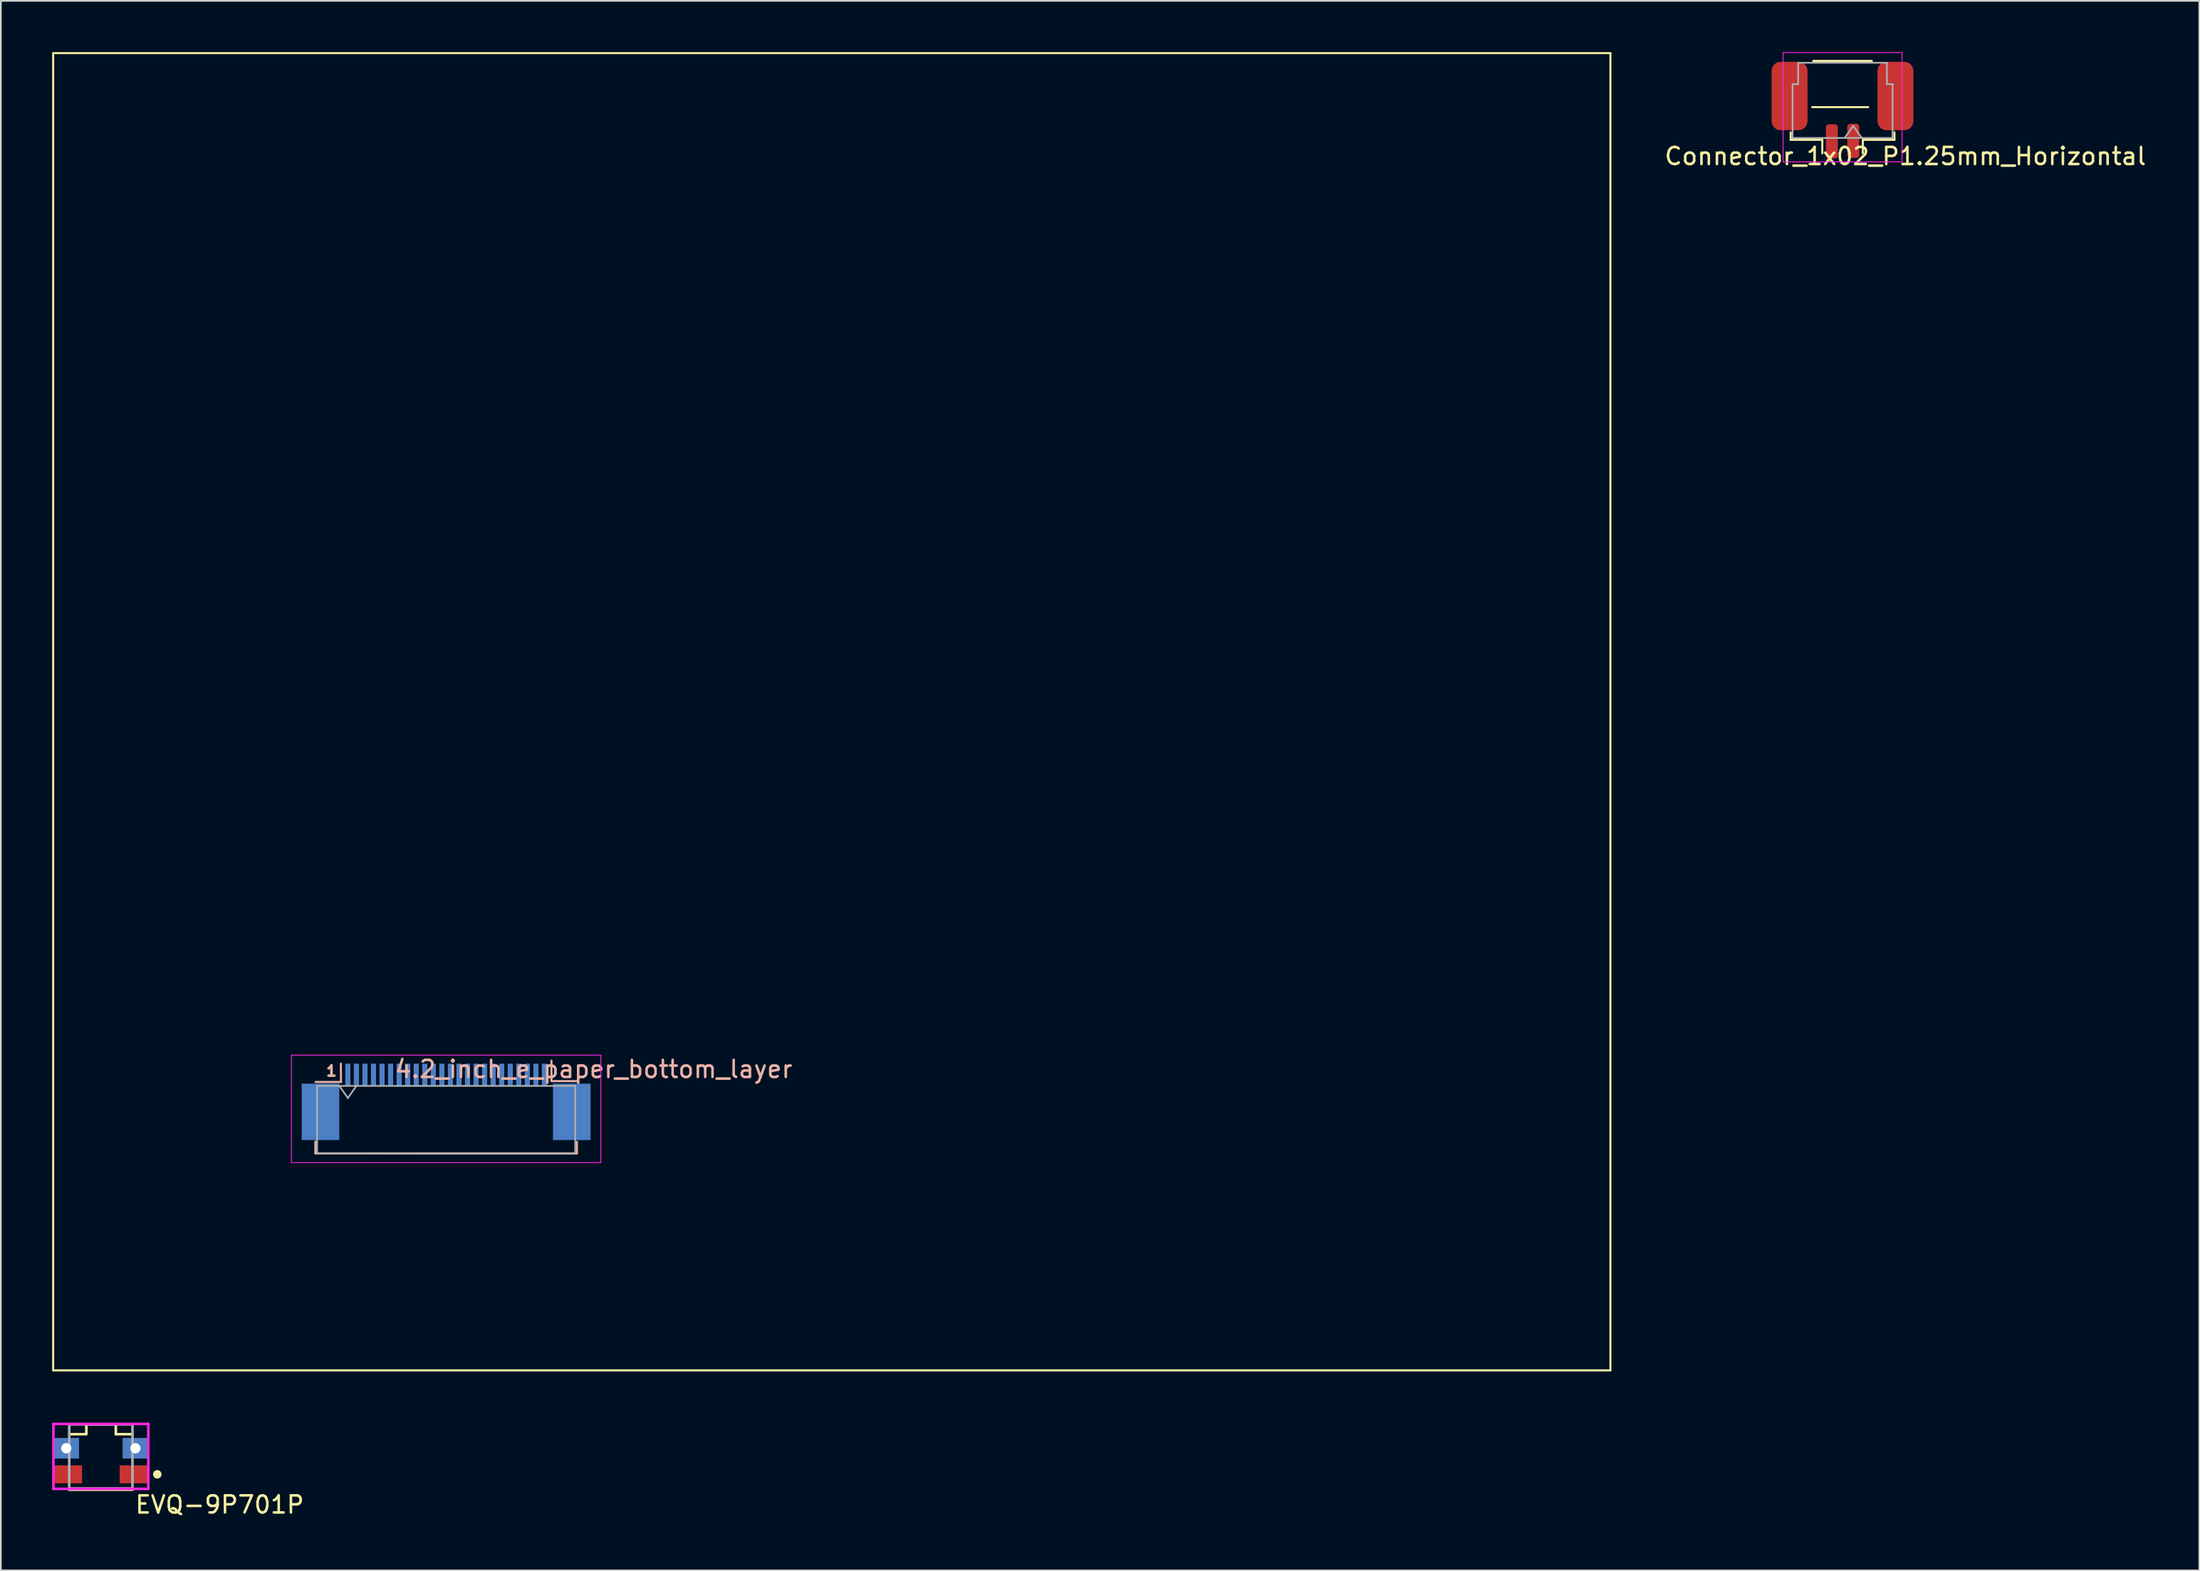
<source format=kicad_pcb>
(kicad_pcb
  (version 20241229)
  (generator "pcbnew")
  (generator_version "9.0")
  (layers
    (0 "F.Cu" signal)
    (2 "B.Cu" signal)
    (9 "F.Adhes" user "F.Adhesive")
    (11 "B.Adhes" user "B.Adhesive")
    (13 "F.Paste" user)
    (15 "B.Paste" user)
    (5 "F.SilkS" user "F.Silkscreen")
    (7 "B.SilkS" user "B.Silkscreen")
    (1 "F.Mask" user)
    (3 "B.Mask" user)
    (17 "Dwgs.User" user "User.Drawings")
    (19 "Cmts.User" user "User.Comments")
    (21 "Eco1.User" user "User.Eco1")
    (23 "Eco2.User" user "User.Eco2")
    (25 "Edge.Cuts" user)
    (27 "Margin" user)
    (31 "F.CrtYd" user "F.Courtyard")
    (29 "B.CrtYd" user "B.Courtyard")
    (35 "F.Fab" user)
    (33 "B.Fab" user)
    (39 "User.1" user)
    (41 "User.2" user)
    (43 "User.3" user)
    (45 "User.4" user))
  (footprint "4.2_inch_e_paper_bottom_layer"
    (layer "F.Cu")
    (at 23.08 63.11)
    (property "Reference" "4.2_inch_e_paper_bottom_layer" (at 8.6 -3.58 0) (layer "B.SilkS") (effects (font (size 1 1) (thickness 0.15))))
    (attr smd)
    (fp_line (start -23.02 -63.05) (end -23.02 14.05) (stroke (width 0.12) (type solid)) (layer "F.SilkS"))
    (fp_line (start -23.02 -63.05) (end 68.08 -63.05) (stroke (width 0.12) (type solid)) (layer "F.SilkS"))
    (fp_line (start -23.02 14.05) (end 68.08 14.05) (stroke (width 0.12) (type solid)) (layer "F.SilkS"))
    (fp_line (start 68.08 -63.05) (end 68.08 14.05) (stroke (width 0.12) (type solid)) (layer "F.SilkS"))
    (fp_line (start -7.68 0.66) (end -7.68 1.35) (stroke (width 0.12) (type solid)) (layer "B.SilkS"))
    (fp_line (start -7.68 1.35) (end 7.62 1.35) (stroke (width 0.12) (type solid)) (layer "B.SilkS"))
    (fp_line (start -6.18 -2.83) (end -7.67 -2.83) (stroke (width 0.12) (type solid)) (layer "B.SilkS"))
    (fp_line (start -6.18 -2.83) (end -6.19 -3.9) (stroke (width 0.12) (type solid)) (layer "B.SilkS"))
    (fp_line (start 6.13 -2.88) (end 6.13 -4.08) (stroke (width 0.12) (type solid)) (layer "B.SilkS"))
    (fp_line (start 6.13 -2.88) (end 7.62 -2.88) (stroke (width 0.12) (type solid)) (layer "B.SilkS"))
    (fp_line (start 7.62 1.35) (end 7.62 0.67) (stroke (width 0.12) (type solid)) (layer "B.SilkS"))
    (fp_line (start -9.08 -4.4) (end -9.08 1.89) (stroke (width 0.05) (type solid)) (layer "F.CrtYd"))
    (fp_line (start -9.08 1.89) (end 9.02 1.89) (stroke (width 0.05) (type solid)) (layer "F.CrtYd"))
    (fp_line (start 9.02 -4.4) (end -9.08 -4.4) (stroke (width 0.05) (type solid)) (layer "F.CrtYd"))
    (fp_line (start 9.02 1.89) (end 9.02 -4.4) (stroke (width 0.05) (type solid)) (layer "F.CrtYd"))
    (fp_line (start -7.58 -2.6) (end -7.58 1.35) (stroke (width 0.1) (type solid)) (layer "F.Fab"))
    (fp_line (start -7.57 1.35) (end -0.09 1.37) (stroke (width 0.1) (type solid)) (layer "F.Fab"))
    (fp_line (start -6.28 -2.6) (end -5.78 -1.893) (stroke (width 0.1) (type solid)) (layer "F.Fab"))
    (fp_line (start -5.78 -1.893) (end -5.28 -2.6) (stroke (width 0.1) (type solid)) (layer "F.Fab"))
    (fp_line (start -0.03 -2.6) (end -7.58 -2.6) (stroke (width 0.1) (type solid)) (layer "F.Fab"))
    (fp_line (start -0.03 -2.6) (end 7.52 -2.6) (stroke (width 0.1) (type solid)) (layer "F.Fab"))
    (fp_line (start 7.52 -2.6) (end 7.52 1.37) (stroke (width 0.1) (type solid)) (layer "F.Fab"))
    (fp_line (start 7.52 1.37) (end -0.09 1.37) (stroke (width 0.1) (type solid)) (layer "F.Fab"))
    (fp_text user "1" (at -6.74 -3.47 0) (layer "B.SilkS") (effects (font (size 0.6 0.6) (thickness 0.15))))
    (pad "1" smd rect (at -5.78 -3.25) (size 0.3 1.3) (layers "B.Cu" "B.Mask" "B.Paste"))
    (pad "2" smd rect (at -5.28 -3.25) (size 0.3 1.3) (layers "B.Cu" "B.Mask" "B.Paste"))
    (pad "3" smd rect (at -4.78 -3.25) (size 0.3 1.3) (layers "B.Cu" "B.Mask" "B.Paste"))
    (pad "4" smd rect (at -4.28 -3.25) (size 0.3 1.3) (layers "B.Cu" "B.Mask" "B.Paste"))
    (pad "5" smd rect (at -3.78 -3.25) (size 0.3 1.3) (layers "B.Cu" "B.Mask" "B.Paste"))
    (pad "6" smd rect (at -3.28 -3.25) (size 0.3 1.3) (layers "B.Cu" "B.Mask" "B.Paste"))
    (pad "7" smd rect (at -2.78 -3.25) (size 0.3 1.3) (layers "B.Cu" "B.Mask" "B.Paste"))
    (pad "8" smd rect (at -2.28 -3.25) (size 0.3 1.3) (layers "B.Cu" "B.Mask" "B.Paste"))
    (pad "9" smd rect (at -1.78 -3.25) (size 0.3 1.3) (layers "B.Cu" "B.Mask" "B.Paste"))
    (pad "10" smd rect (at -1.28 -3.25) (size 0.3 1.3) (layers "B.Cu" "B.Mask" "B.Paste"))
    (pad "11" smd rect (at -0.78 -3.25) (size 0.3 1.3) (layers "B.Cu" "B.Mask" "B.Paste"))
    (pad "12" smd rect (at -0.28 -3.25) (size 0.3 1.3) (layers "B.Cu" "B.Mask" "B.Paste"))
    (pad "13" smd rect (at 0.22 -3.25) (size 0.3 1.3) (layers "B.Cu" "B.Mask" "B.Paste"))
    (pad "14" smd rect (at 0.72 -3.25) (size 0.3 1.3) (layers "B.Cu" "B.Mask" "B.Paste"))
    (pad "15" smd rect (at 1.22 -3.25) (size 0.3 1.3) (layers "B.Cu" "B.Mask" "B.Paste"))
    (pad "16" smd rect (at 1.72 -3.25) (size 0.3 1.3) (layers "B.Cu" "B.Mask" "B.Paste"))
    (pad "17" smd rect (at 2.22 -3.25) (size 0.3 1.3) (layers "B.Cu" "B.Mask" "B.Paste"))
    (pad "18" smd rect (at 2.72 -3.25) (size 0.3 1.3) (layers "B.Cu" "B.Mask" "B.Paste"))
    (pad "19" smd rect (at 3.22 -3.25) (size 0.3 1.3) (layers "B.Cu" "B.Mask" "B.Paste"))
    (pad "20" smd rect (at 3.72 -3.25) (size 0.3 1.3) (layers "B.Cu" "B.Mask" "B.Paste"))
    (pad "21" smd rect (at 4.22 -3.25) (size 0.3 1.3) (layers "B.Cu" "B.Mask" "B.Paste"))
    (pad "22" smd rect (at 4.72 -3.25) (size 0.3 1.3) (layers "B.Cu" "B.Mask" "B.Paste"))
    (pad "23" smd rect (at 5.22 -3.25) (size 0.3 1.3) (layers "B.Cu" "B.Mask" "B.Paste"))
    (pad "24" smd rect (at 5.72 -3.25) (size 0.3 1.3) (layers "B.Cu" "B.Mask" "B.Paste"))
    (pad "MP" smd rect (at -7.38 -1.08) (size 2.2 3.3) (layers "B.Cu" "B.Mask" "B.Paste"))
    (pad "MP" smd rect (at 7.32 -1.08) (size 2.2 3.3) (layers "B.Cu" "B.Mask" "B.Paste")))
  (footprint "EVQ-9P701P"
    (layer "F.Cu")
    (at 2.85 82.52)
    (property "Reference" "EVQ-9P701P" (at 1.925 2.5 180) (layer "F.SilkS") (effects (font (size 1 1) (thickness 0.15)) (justify left)))
    (attr through_hole)
    (fp_line (start -1.85 -1.625) (end -0.875 -1.625) (stroke (width 0.15) (type solid)) (layer "F.SilkS"))
    (fp_line (start -0.85 -2.2) (end -0.85 -1.625) (stroke (width 0.15) (type solid)) (layer "F.SilkS"))
    (fp_line (start 0.85 -2.2) (end -0.85 -2.2) (stroke (width 0.15) (type solid)) (layer "F.SilkS"))
    (fp_line (start 0.875 -2.2) (end 0.875 -1.625) (stroke (width 0.15) (type solid)) (layer "F.SilkS"))
    (fp_line (start 1.85 -1.625) (end 0.875 -1.625) (stroke (width 0.15) (type solid)) (layer "F.SilkS"))
    (fp_line (start 1.85 1.625) (end -1.85 1.625) (stroke (width 0.15) (type solid)) (layer "F.SilkS"))
    (fp_circle (center 3.3 0.725) (end 3.425 0.725) (stroke (width 0.25) (type solid)) (fill no) (layer "F.SilkS"))
    (fp_line (start -2.775 -2.225) (end -2.775 1.575) (stroke (width 0.15) (type solid)) (layer "F.CrtYd"))
    (fp_line (start -2.775 1.575) (end 2.775 1.575) (stroke (width 0.15) (type solid)) (layer "F.CrtYd"))
    (fp_line (start 2.775 -2.225) (end -2.775 -2.225) (stroke (width 0.15) (type solid)) (layer "F.CrtYd"))
    (fp_line (start 2.775 -2.225) (end 2.775 -2.225) (stroke (width 0.15) (type solid)) (layer "F.CrtYd"))
    (fp_line (start 2.775 1.575) (end 2.775 -2.225) (stroke (width 0.15) (type solid)) (layer "F.CrtYd"))
    (fp_line (start -1.85 -2.2) (end 1.85 -2.2) (stroke (width 0.15) (type solid)) (layer "F.Fab"))
    (fp_line (start -1.85 1.55) (end -1.85 -2.2) (stroke (width 0.15) (type solid)) (layer "F.Fab"))
    (fp_line (start 1.85 -2.2) (end 1.85 1.55) (stroke (width 0.15) (type solid)) (layer "F.Fab"))
    (fp_line (start 1.85 1.55) (end -1.85 1.55) (stroke (width 0.15) (type solid)) (layer "F.Fab"))
    (pad "1" smd rect (at -1.925 0.725) (size 1.65 1.05) (layers "F.Cu" "F.Mask" "F.Paste"))
    (pad "1" smd rect (at 1.925 0.725) (size 1.65 1.05) (layers "F.Cu" "F.Mask" "F.Paste"))
    (pad "2" thru_hole rect (at -2.025 -0.8) (size 1.5 1.2) (drill 0.6) (layers "*.Cu" "F.Mask" "F.Paste"))
    (pad "2" thru_hole rect (at 2.025 -0.8) (size 1.5 1.2) (drill 0.6) (layers "*.Cu" "F.Mask" "F.Paste")))
  (footprint "Connector_1x02_P1.25mm_Horizontal"
    (layer "F.Cu")
    (at 104.741 3.445)
    (property "Reference" "Connector_1x02_P1.25mm_Horizontal" (at 3.675 2.65 0) (unlocked yes) (layer "F.SilkS") (effects (font (size 1 1) (thickness 0.15))))
    (attr through_hole)
    (fp_line (start -3.035 1.25) (end -3.035 1.69) (stroke (width 0.12) (type solid)) (layer "F.SilkS"))
    (fp_line (start -3.035 1.69) (end -1.185 1.69) (stroke (width 0.12) (type solid)) (layer "F.SilkS"))
    (fp_line (start -1.185 1.69) (end -1.185 2.48) (stroke (width 0.12) (type solid)) (layer "F.SilkS"))
    (fp_line (start 1.185 1.69) (end 1.185 2.48) (stroke (width 0.12) (type solid)) (layer "F.SilkS"))
    (fp_line (start 1.5 -0.225) (end -1.775 -0.225) (stroke (width 0.12) (type solid)) (layer "F.SilkS"))
    (fp_line (start 1.715 -2.93) (end -1.715 -2.93) (stroke (width 0.12) (type solid)) (layer "F.SilkS"))
    (fp_line (start 3.035 1.25) (end 3.035 1.69) (stroke (width 0.12) (type solid)) (layer "F.SilkS"))
    (fp_line (start 3.035 1.69) (end 1.185 1.69) (stroke (width 0.12) (type solid)) (layer "F.SilkS"))
    (fp_line (start -3.48 -3.42) (end -3.48 2.98) (stroke (width 0.05) (type solid)) (layer "F.CrtYd"))
    (fp_line (start -3.48 2.98) (end 3.48 2.98) (stroke (width 0.05) (type solid)) (layer "F.CrtYd"))
    (fp_line (start 3.48 -3.42) (end -3.48 -3.42) (stroke (width 0.05) (type solid)) (layer "F.CrtYd"))
    (fp_line (start 3.48 2.98) (end 3.48 -3.42) (stroke (width 0.05) (type solid)) (layer "F.CrtYd"))
    (fp_line (start -2.925 1.58) (end -2.925 -1.57) (stroke (width 0.1) (type solid)) (layer "F.Fab"))
    (fp_line (start -2.595 -2.82) (end -2.595 -1.57) (stroke (width 0.1) (type solid)) (layer "F.Fab"))
    (fp_line (start -2.595 -1.57) (end -2.925 -1.57) (stroke (width 0.1) (type solid)) (layer "F.Fab"))
    (fp_line (start 0.625 0.873) (end 0.125 1.58) (stroke (width 0.1) (type solid)) (layer "F.Fab"))
    (fp_line (start 1.125 1.58) (end 0.625 0.873) (stroke (width 0.1) (type solid)) (layer "F.Fab"))
    (fp_line (start 2.595 -2.82) (end -2.595 -2.82) (stroke (width 0.1) (type solid)) (layer "F.Fab"))
    (fp_line (start 2.595 -1.57) (end 2.595 -2.82) (stroke (width 0.1) (type solid)) (layer "F.Fab"))
    (fp_line (start 2.925 -1.57) (end 2.595 -1.57) (stroke (width 0.1) (type solid)) (layer "F.Fab"))
    (fp_line (start 2.925 1.58) (end -2.925 1.58) (stroke (width 0.1) (type solid)) (layer "F.Fab"))
    (fp_line (start 2.925 1.58) (end 2.925 -1.57) (stroke (width 0.1) (type solid)) (layer "F.Fab"))
    (fp_text user "" (at 0 0 180) (layer "F.Fab") (effects (font (size 1 1) (thickness 0.15))))
    (pad "1" smd roundrect (at -0.625 1.78 180) (size 0.7 2) (layers "F.Cu" "F.Mask" "F.Paste") (roundrect_rratio 0.25))
    (pad "2" smd roundrect (at 0.625 1.75 180) (size 0.7 2) (layers "F.Cu" "F.Mask" "F.Paste") (roundrect_rratio 0.25))
    (pad "MP" smd roundrect (at -3.1 -0.875 180) (size 2.1 4) (layers "F.Cu" "F.Mask" "F.Paste") (roundrect_rratio 0.25))
    (pad "MP" smd roundrect (at 3.095 -0.875 180) (size 2.1 4) (layers "F.Cu" "F.Mask" "F.Paste") (roundrect_rratio 0.25)))
  (gr_rect
    (start -3 -3)
    (end 125.613 88.868)
    (stroke (width 0.1) (type default))
    (fill no)
    (layer "Edge.Cuts")))
</source>
